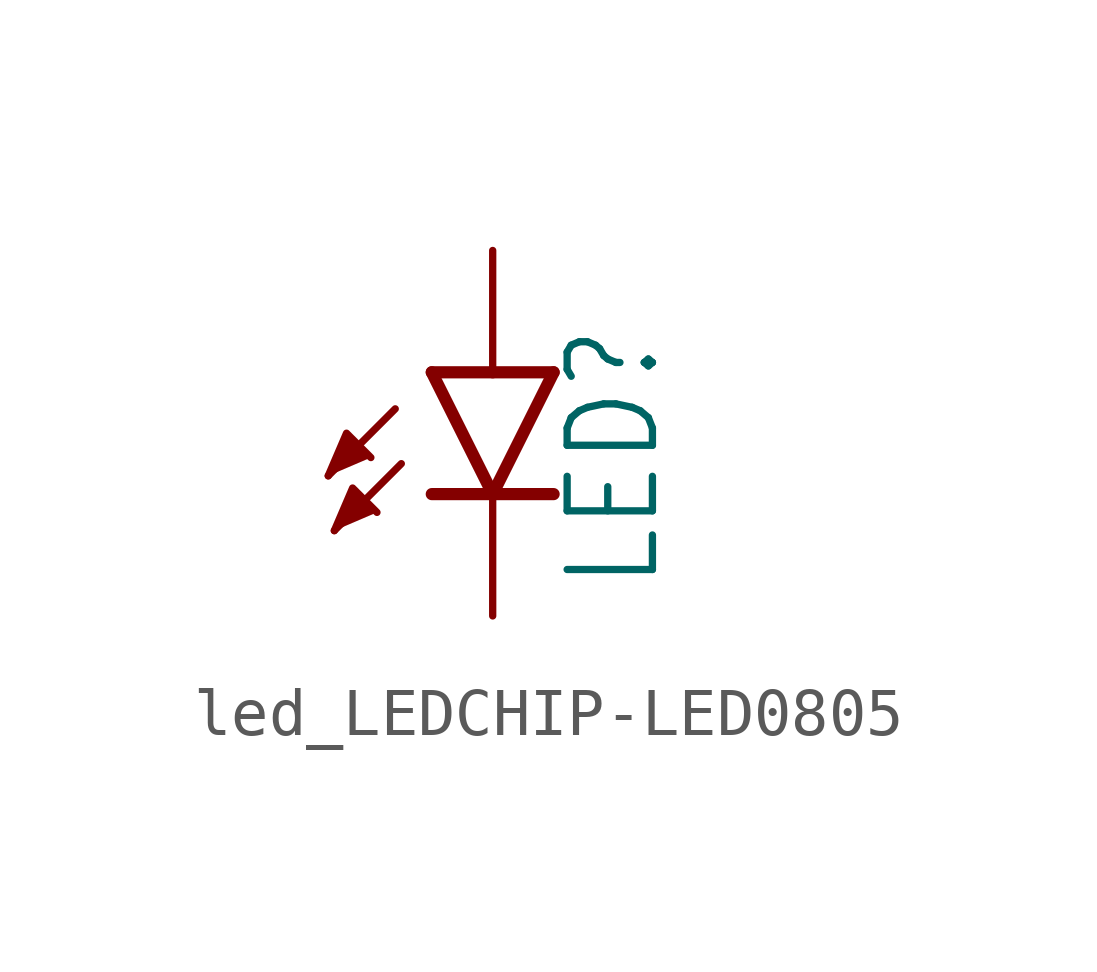
<source format=kicad_sym>
(kicad_symbol_lib
  (version 20241209)
  (generator "kicad_symbol_editor")
  (generator_version "9.0")
  (symbol "led_LEDCHIP-LED0805"
    (property "Reference" "LED"
      (at 3.556 -4.572 90)
      (effects (font (size 1.778 1.511)) (justify left bottom)))
    (property "Value" ""
      (at 5.715 -4.572 90)
      (effects (font (size 1.778 1.511)) (justify left bottom)))
    (property "ki_locked" ""
      (at 0 0 0)
      (effects (font (size 1.27 1.27))))
    (symbol "led_LEDCHIP-LED0805_1_0"
      (polyline (pts (xy -3.429 -2.159) (xy -3.048 -1.27) (xy -2.54 -1.778)) (stroke (width 0.152) (type solid)) (fill (type outline)))
      (polyline (pts (xy -3.302 -3.302) (xy -2.921 -2.413) (xy -2.413 -2.921)) (stroke (width 0.152) (type solid)) (fill (type outline)))
      (polyline (pts (xy -2.032 -0.762) (xy -3.429 -2.159)) (stroke (width 0.152) (type solid)) (fill (type none)))
      (polyline (pts (xy -1.905 -1.905) (xy -3.302 -3.302)) (stroke (width 0.152) (type solid)) (fill (type none)))
      (polyline (pts (xy 0 0) (xy -1.27 0)) (stroke (width 0.254) (type solid)) (fill (type none)))
      (polyline (pts (xy 0 -2.54) (xy -1.27 0)) (stroke (width 0.254) (type solid)) (fill (type none)))
      (polyline (pts (xy 0 -2.54) (xy -1.27 -2.54)) (stroke (width 0.254) (type solid)) (fill (type none)))
      (polyline (pts (xy 1.27 0) (xy 0 0)) (stroke (width 0.254) (type solid)) (fill (type none)))
      (polyline (pts (xy 1.27 0) (xy 0 -2.54)) (stroke (width 0.254) (type solid)) (fill (type none)))
      (polyline (pts (xy 1.27 -2.54) (xy 0 -2.54)) (stroke (width 0.254) (type solid)) (fill (type none)))
      (pin passive line (at 0 2.54 270) (length 2.54) (name "A" (effects (font (size 0 0)))) (number "A" (effects (font (size 0 0)))))
      (pin passive line (at 0 -5.08 90) (length 2.54) (name "C" (effects (font (size 0 0)))) (number "C" (effects (font (size 0 0))))))))
</source>
